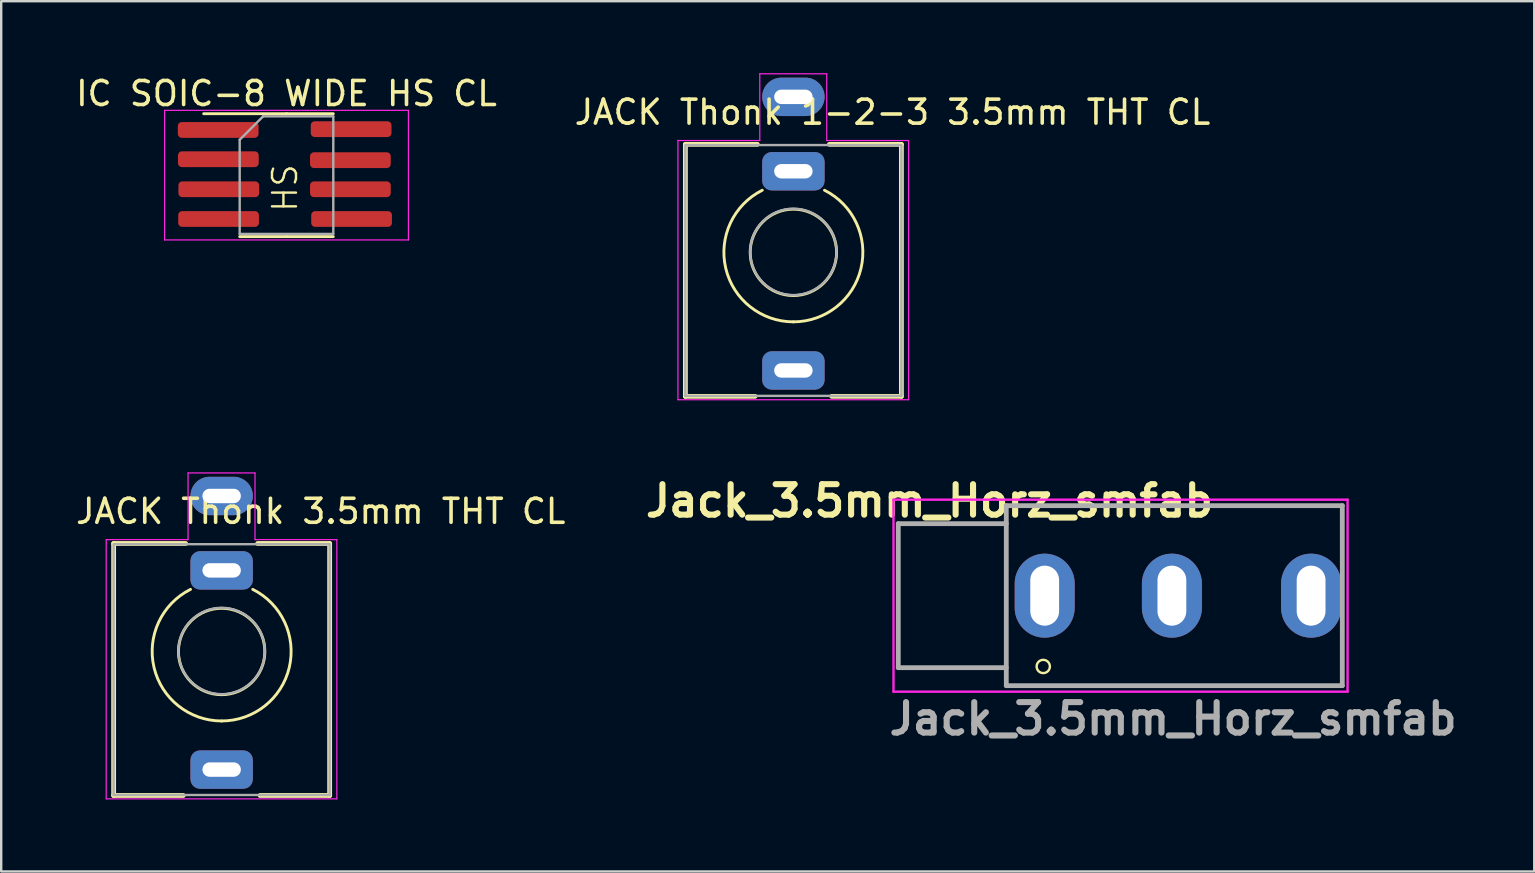
<source format=kicad_pcb>
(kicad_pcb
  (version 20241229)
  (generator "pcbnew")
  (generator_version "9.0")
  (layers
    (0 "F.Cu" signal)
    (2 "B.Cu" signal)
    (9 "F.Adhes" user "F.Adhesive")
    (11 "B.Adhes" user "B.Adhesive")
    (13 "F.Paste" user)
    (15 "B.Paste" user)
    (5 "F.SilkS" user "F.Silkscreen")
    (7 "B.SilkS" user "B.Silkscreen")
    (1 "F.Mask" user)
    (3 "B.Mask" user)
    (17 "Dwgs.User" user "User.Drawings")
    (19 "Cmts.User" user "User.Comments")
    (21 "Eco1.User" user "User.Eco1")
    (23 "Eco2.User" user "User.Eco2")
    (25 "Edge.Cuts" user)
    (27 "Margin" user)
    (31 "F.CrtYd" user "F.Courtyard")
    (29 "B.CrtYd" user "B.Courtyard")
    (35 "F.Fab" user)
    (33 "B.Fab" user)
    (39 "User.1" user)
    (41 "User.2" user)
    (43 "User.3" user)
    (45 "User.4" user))
  (footprint "IC SOIC-8 WIDE HS CL"
    (layer "F.Cu")
    (at 8.887 4.248)
    (property "Reference" "IC SOIC-8 WIDE HS CL" (at 0 -3.4 0) (layer "F.SilkS") (effects (font (size 1 1) (thickness 0.15))))
    (attr smd)
    (fp_line (start 0 -2.56) (end -3.45 -2.56) (stroke (width 0.12) (type solid)) (layer "F.SilkS"))
    (fp_line (start 0 -2.56) (end 1.95 -2.56) (stroke (width 0.12) (type solid)) (layer "F.SilkS"))
    (fp_line (start 0 2.56) (end -1.95 2.56) (stroke (width 0.12) (type solid)) (layer "F.SilkS"))
    (fp_line (start 0 2.56) (end 1.95 2.56) (stroke (width 0.12) (type solid)) (layer "F.SilkS"))
    (fp_line (start -5.08 -2.7) (end -5.08 2.7) (stroke (width 0.05) (type solid)) (layer "F.CrtYd"))
    (fp_line (start -5.08 2.7) (end 5.08 2.7) (stroke (width 0.05) (type solid)) (layer "F.CrtYd"))
    (fp_line (start 5.08 -2.7) (end -5.08 -2.7) (stroke (width 0.05) (type solid)) (layer "F.CrtYd"))
    (fp_line (start 5.08 2.7) (end 5.08 -2.7) (stroke (width 0.05) (type solid)) (layer "F.CrtYd"))
    (fp_line (start -1.95 -1.475) (end -0.975 -2.45) (stroke (width 0.1) (type solid)) (layer "F.Fab"))
    (fp_line (start -1.95 2.45) (end -1.95 -1.475) (stroke (width 0.1) (type solid)) (layer "F.Fab"))
    (fp_line (start -0.975 -2.45) (end 1.95 -2.45) (stroke (width 0.1) (type solid)) (layer "F.Fab"))
    (fp_line (start 1.95 -2.45) (end 1.95 2.45) (stroke (width 0.1) (type solid)) (layer "F.Fab"))
    (fp_line (start 1.95 2.45) (end -1.95 2.45) (stroke (width 0.1) (type solid)) (layer "F.Fab"))
    (fp_text user "HS" (at 0.523 1.603 90) (unlocked yes) (layer "F.SilkS") (effects (font (size 1 1) (thickness 0.1)) (justify left bottom)))
    (pad "1" smd roundrect (at -2.846 -1.884) (size 3.364 0.658) (layers "F.Cu" "F.Mask" "F.Paste") (roundrect_rratio 0.25))
    (pad "2" smd roundrect (at -2.839 -0.664) (size 3.364 0.658) (layers "F.Cu" "F.Mask" "F.Paste") (roundrect_rratio 0.25))
    (pad "3" smd roundrect (at -2.821 0.588) (size 3.364 0.658) (layers "F.Cu" "F.Mask" "F.Paste") (roundrect_rratio 0.25))
    (pad "4" smd roundrect (at -2.83 1.827) (size 3.364 0.658) (layers "F.Cu" "F.Mask" "F.Paste") (roundrect_rratio 0.25))
    (pad "5" smd roundrect (at 2.712 1.827) (size 3.364 0.658) (layers "F.Cu" "F.Mask" "F.Paste") (roundrect_rratio 0.25))
    (pad "6" smd roundrect (at 2.662 0.588) (size 3.364 0.658) (layers "F.Cu" "F.Mask" "F.Paste") (roundrect_rratio 0.25))
    (pad "7" smd roundrect (at 2.662 -0.624) (size 3.364 0.658) (layers "F.Cu" "F.Mask" "F.Paste") (roundrect_rratio 0.25))
    (pad "8" smd roundrect (at 2.693 -1.917) (size 3.364 0.658) (layers "F.Cu" "F.Mask" "F.Paste") (roundrect_rratio 0.25)))
  (footprint "Jack_3.5mm_Horz_smfab"
    (layer "F.Cu")
    (at 45.778 21.769)
    (property "Reference" "Jack_3.5mm_Horz_smfab" (at -10.1 -3.95 0) (layer "F.SilkS") (effects (font (size 1.27 1.27) (thickness 0.254))))
    (attr through_hole)
    (fp_line (start -11.4 -3) (end -11.4 3) (stroke (width 0.1) (type solid)) (layer "F.SilkS"))
    (fp_line (start -11.4 3) (end -6.9 3) (stroke (width 0.1) (type solid)) (layer "F.SilkS"))
    (fp_line (start -6.9 -3.75) (end -6.9 -3) (stroke (width 0.1) (type solid)) (layer "F.SilkS"))
    (fp_line (start -6.9 -3) (end -11.4 -3) (stroke (width 0.1) (type solid)) (layer "F.SilkS"))
    (fp_line (start -6.9 3) (end -6.9 3.75) (stroke (width 0.1) (type solid)) (layer "F.SilkS"))
    (fp_line (start -6.9 3.75) (end 7.1 3.75) (stroke (width 0.1) (type solid)) (layer "F.SilkS"))
    (fp_line (start 7.1 -3.75) (end -6.9 -3.75) (stroke (width 0.1) (type solid)) (layer "F.SilkS"))
    (fp_line (start 7.1 -2.54) (end 7.1 -3.75) (stroke (width 0.1) (type solid)) (layer "F.SilkS"))
    (fp_line (start 7.1 3.75) (end 7.1 2.54) (stroke (width 0.1) (type solid)) (layer "F.SilkS"))
    (fp_circle (center -5.36 2.95) (end -5.084 2.95) (stroke (width 0.1) (type default)) (fill no) (layer "F.SilkS"))
    (fp_line (start -11.6 -4) (end 7.32 -4) (stroke (width 0.1) (type solid)) (layer "F.CrtYd"))
    (fp_line (start -11.6 4) (end -11.6 -4) (stroke (width 0.1) (type solid)) (layer "F.CrtYd"))
    (fp_line (start 7.32 -4) (end 7.32 4) (stroke (width 0.1) (type solid)) (layer "F.CrtYd"))
    (fp_line (start 7.32 4) (end -11.6 4) (stroke (width 0.1) (type solid)) (layer "F.CrtYd"))
    (fp_line (start -11.4 -3) (end -11.4 3) (stroke (width 0.2) (type solid)) (layer "F.Fab"))
    (fp_line (start -11.4 3) (end -6.9 3) (stroke (width 0.2) (type solid)) (layer "F.Fab"))
    (fp_line (start -6.9 -3.75) (end 7.1 -3.75) (stroke (width 0.2) (type solid)) (layer "F.Fab"))
    (fp_line (start -6.9 -3) (end -11.4 -3) (stroke (width 0.2) (type solid)) (layer "F.Fab"))
    (fp_line (start -6.9 3.75) (end -6.9 -3.75) (stroke (width 0.2) (type solid)) (layer "F.Fab"))
    (fp_line (start 7.1 -3.75) (end 7.1 3.75) (stroke (width 0.2) (type solid)) (layer "F.Fab"))
    (fp_line (start 7.1 3.75) (end -6.9 3.75) (stroke (width 0.2) (type solid)) (layer "F.Fab"))
    (fp_text user "${REFERENCE}" (at 0.05 5.13 0) (layer "F.Fab") (effects (font (size 1.27 1.27) (thickness 0.254))))
    (pad "1" thru_hole oval (at -5.3 0) (size 2.5 3.5) (drill oval 1.2 2.5) (layers "*.Cu" "*.Mask"))
    (pad "2" thru_hole oval (at 0 0) (size 2.5 3.5) (drill oval 1.2 2.5) (layers "*.Cu" "*.Mask"))
    (pad "3" thru_hole oval (at 5.8 0) (size 2.5 3.5) (drill oval 1.2 2.5) (layers "*.Cu" "*.Mask")))
  (footprint "JACK Thonk 3.5mm THT CL"
    (layer "F.Cu")
    (at 6.185 24.075)
    (property "Reference" "JACK Thonk 3.5mm THT CL" (at 4.13 -5.82 180) (layer "F.SilkS") (effects (font (size 1 1) (thickness 0.15))))
    (attr through_hole)
    (fp_line (start -4.5 -4.48) (end -4.5 6.02) (stroke (width 0.2) (type solid)) (layer "F.SilkS"))
    (fp_line (start -1.6 6.02) (end -4.5 6.02) (stroke (width 0.2) (type solid)) (layer "F.SilkS"))
    (fp_line (start -1.5 -4.48) (end -4.5 -4.48) (stroke (width 0.2) (type solid)) (layer "F.SilkS"))
    (fp_line (start 4.5 -4.48) (end 1.5 -4.48) (stroke (width 0.2) (type solid)) (layer "F.SilkS"))
    (fp_line (start 4.5 -4.48) (end 4.5 6.02) (stroke (width 0.2) (type solid)) (layer "F.SilkS"))
    (fp_line (start 4.5 6.02) (end 1.6 6.02) (stroke (width 0.2) (type solid)) (layer "F.SilkS"))
    (fp_arc (start 0 2.915) (mid -2.817353 0.685994) (end -1.296263 -2.568577) (stroke (width 0.12) (type solid)) (layer "F.SilkS"))
    (fp_arc (start 1.296263 -2.568577) (mid 2.817353 0.685994) (end 0 2.915) (stroke (width 0.12) (type solid)) (layer "F.SilkS"))
    (fp_circle (center 0 0.02) (end 1.8 0.02) (stroke (width 0.12) (type solid)) (fill no) (layer "F.SilkS"))
    (fp_line (start -4.81 6.16) (end -4.81 -4.64) (stroke (width 0.05) (type solid)) (layer "F.CrtYd"))
    (fp_line (start -1.4 -7.42) (end -1.4 -4.64) (stroke (width 0.05) (type default)) (layer "F.CrtYd"))
    (fp_line (start -1.4 -4.64) (end -4.81 -4.64) (stroke (width 0.05) (type default)) (layer "F.CrtYd"))
    (fp_line (start 1.39 -7.42) (end -1.4 -7.42) (stroke (width 0.05) (type solid)) (layer "F.CrtYd"))
    (fp_line (start 1.39 -7.42) (end 1.39 -4.64) (stroke (width 0.05) (type default)) (layer "F.CrtYd"))
    (fp_line (start 4.8 -4.64) (end 1.39 -4.64) (stroke (width 0.05) (type default)) (layer "F.CrtYd"))
    (fp_line (start 4.8 6.16) (end -4.81 6.16) (stroke (width 0.05) (type solid)) (layer "F.CrtYd"))
    (fp_line (start 4.8 6.16) (end 4.8 -4.64) (stroke (width 0.05) (type solid)) (layer "F.CrtYd"))
    (fp_line (start -4.5 6) (end -4.5 -4.4) (stroke (width 0.1) (type solid)) (layer "F.Fab"))
    (fp_line (start 4.5 -4.45) (end -4.5 -4.45) (stroke (width 0.1) (type solid)) (layer "F.Fab"))
    (fp_line (start 4.5 6) (end -4.5 6) (stroke (width 0.1) (type solid)) (layer "F.Fab"))
    (fp_line (start 4.5 6) (end 4.5 -4.4) (stroke (width 0.1) (type solid)) (layer "F.Fab"))
    (fp_circle (center 0 0) (end 1.8 0) (stroke (width 0.1) (type solid)) (fill no) (layer "F.Fab"))
    (pad "1" thru_hole oval (at 0 -6.46 180) (size 2.6 1.6) (drill oval 1.6 0.6) (layers "*.Cu" "*.Mask"))
    (pad "2" thru_hole roundrect (at 0 4.94 180) (size 2.6 1.6) (drill oval 1.6 0.6) (layers "*.Cu" "*.Mask") (roundrect_rratio 0.25))
    (pad "3" thru_hole roundrect (at 0 -3.36 180) (size 2.6 1.6) (drill oval 1.6 0.6) (layers "*.Cu" "*.Mask") (roundrect_rratio 0.25)))
  (footprint "JACK Thonk 1-2-3 3.5mm THT CL"
    (layer "F.Cu")
    (at 30.007 7.445)
    (property "Reference" "JACK Thonk 1-2-3 3.5mm THT CL" (at 4.13 -5.82 180) (layer "F.SilkS") (effects (font (size 1 1) (thickness 0.15))))
    (attr through_hole)
    (fp_line (start -4.5 -4.48) (end -4.5 6.02) (stroke (width 0.2) (type solid)) (layer "F.SilkS"))
    (fp_line (start -1.6 6.02) (end -4.5 6.02) (stroke (width 0.2) (type solid)) (layer "F.SilkS"))
    (fp_line (start -1.5 -4.48) (end -4.5 -4.48) (stroke (width 0.2) (type solid)) (layer "F.SilkS"))
    (fp_line (start 4.5 -4.48) (end 1.5 -4.48) (stroke (width 0.2) (type solid)) (layer "F.SilkS"))
    (fp_line (start 4.5 -4.48) (end 4.5 6.02) (stroke (width 0.2) (type solid)) (layer "F.SilkS"))
    (fp_line (start 4.5 6.02) (end 1.6 6.02) (stroke (width 0.2) (type solid)) (layer "F.SilkS"))
    (fp_arc (start 0 2.915) (mid -2.817353 0.685994) (end -1.296263 -2.568577) (stroke (width 0.12) (type solid)) (layer "F.SilkS"))
    (fp_arc (start 1.296263 -2.568577) (mid 2.817353 0.685994) (end 0 2.915) (stroke (width 0.12) (type solid)) (layer "F.SilkS"))
    (fp_circle (center 0 0.02) (end 1.8 0.02) (stroke (width 0.12) (type solid)) (fill no) (layer "F.SilkS"))
    (fp_line (start -4.81 6.16) (end -4.81 -4.64) (stroke (width 0.05) (type solid)) (layer "F.CrtYd"))
    (fp_line (start -1.4 -7.42) (end -1.4 -4.64) (stroke (width 0.05) (type default)) (layer "F.CrtYd"))
    (fp_line (start -1.4 -4.64) (end -4.81 -4.64) (stroke (width 0.05) (type default)) (layer "F.CrtYd"))
    (fp_line (start 1.39 -7.42) (end -1.4 -7.42) (stroke (width 0.05) (type solid)) (layer "F.CrtYd"))
    (fp_line (start 1.39 -7.42) (end 1.39 -4.64) (stroke (width 0.05) (type default)) (layer "F.CrtYd"))
    (fp_line (start 4.8 -4.64) (end 1.39 -4.64) (stroke (width 0.05) (type default)) (layer "F.CrtYd"))
    (fp_line (start 4.8 6.16) (end -4.81 6.16) (stroke (width 0.05) (type solid)) (layer "F.CrtYd"))
    (fp_line (start 4.8 6.16) (end 4.8 -4.64) (stroke (width 0.05) (type solid)) (layer "F.CrtYd"))
    (fp_line (start -4.5 6) (end -4.5 -4.4) (stroke (width 0.1) (type solid)) (layer "F.Fab"))
    (fp_line (start 4.5 -4.45) (end -4.5 -4.45) (stroke (width 0.1) (type solid)) (layer "F.Fab"))
    (fp_line (start 4.5 6) (end -4.5 6) (stroke (width 0.1) (type solid)) (layer "F.Fab"))
    (fp_line (start 4.5 6) (end 4.5 -4.4) (stroke (width 0.1) (type solid)) (layer "F.Fab"))
    (fp_circle (center 0 0) (end 1.8 0) (stroke (width 0.1) (type solid)) (fill no) (layer "F.Fab"))
    (pad "1" thru_hole oval (at 0 -6.46 180) (size 2.6 1.6) (drill oval 1.6 0.6) (layers "*.Cu" "*.Mask"))
    (pad "2" thru_hole roundrect (at 0 -3.36 180) (size 2.6 1.6) (drill oval 1.6 0.6) (layers "*.Cu" "*.Mask") (roundrect_rratio 0.25))
    (pad "3" thru_hole roundrect (at 0 4.94 180) (size 2.6 1.6) (drill oval 1.6 0.6) (layers "*.Cu" "*.Mask") (roundrect_rratio 0.25)))
  (gr_rect
    (start -3 -3)
    (end 60.875 33.26)
    (stroke (width 0.1) (type default))
    (fill no)
    (layer "Edge.Cuts")))
</source>
